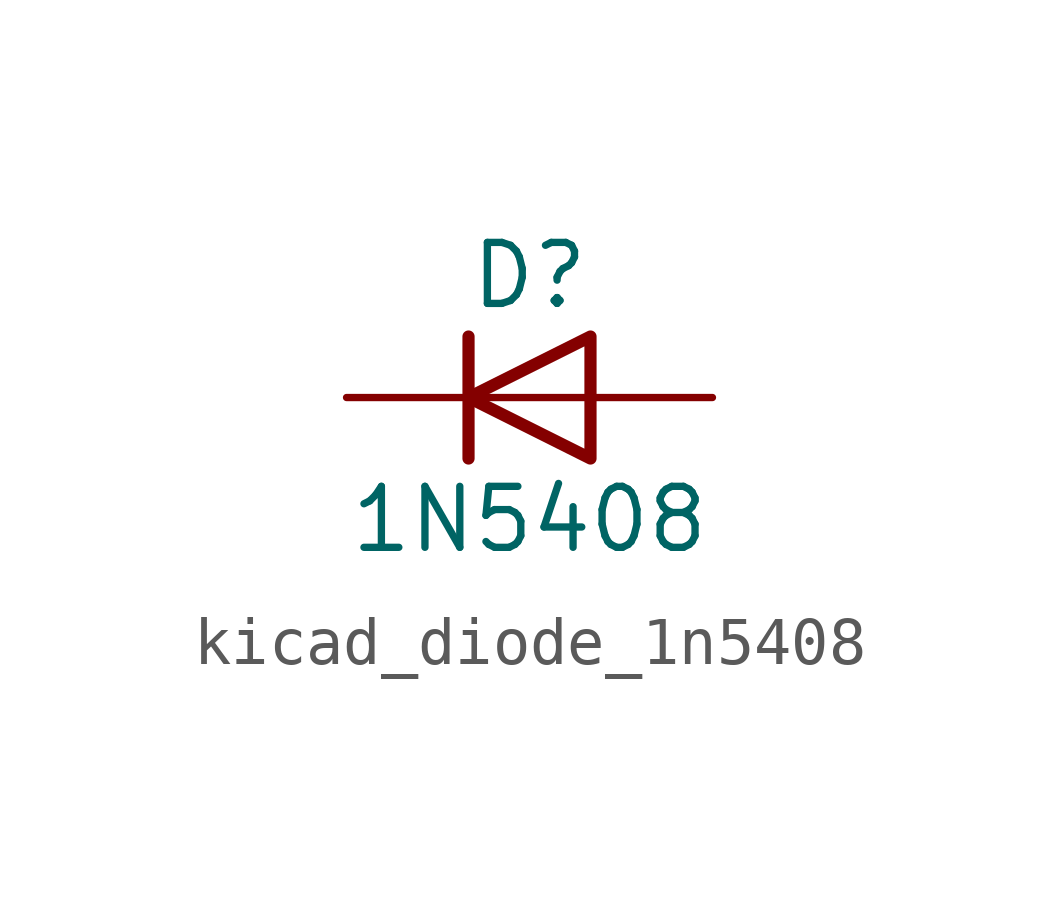
<source format=kicad_sym>
(kicad_symbol_lib
  (version 20220914)
  (generator kicad_symbol_editor)
  (symbol "kicad_diode_1n5408"
    (pin_numbers hide)
    (pin_names hide)
    (property "Reference" "D"
      (at 0 2.54 0)
      (effects (font (size 1.27 1.27))))
    (property "Value" "1N5408"
      (at 0 -2.54 0)
      (effects (font (size 1.27 1.27))))
    (symbol "kicad_diode_1n5408_0_1"
      (polyline (pts (xy -1.27 1.27) (xy -1.27 -1.27)) (stroke (width 0.254) (type default)) (fill (type none)))
      (polyline (pts (xy 1.27 0) (xy -1.27 0)) (stroke (width 0) (type default)) (fill (type none)))
      (polyline (pts (xy 1.27 1.27) (xy 1.27 -1.27) (xy -1.27 0) (xy 1.27 1.27)) (stroke (width 0.254) (type default)) (fill (type none))))
    (symbol "kicad_diode_1n5408_1_1"
      (pin passive line (at -3.81 0 0) (length 2.54) (name "K" (effects (font (size 1.27 1.27)))) (number "1" (effects (font (size 1.27 1.27)))))
      (pin passive line (at 3.81 0 180) (length 2.54) (name "A" (effects (font (size 1.27 1.27)))) (number "2" (effects (font (size 1.27 1.27))))))))
</source>
